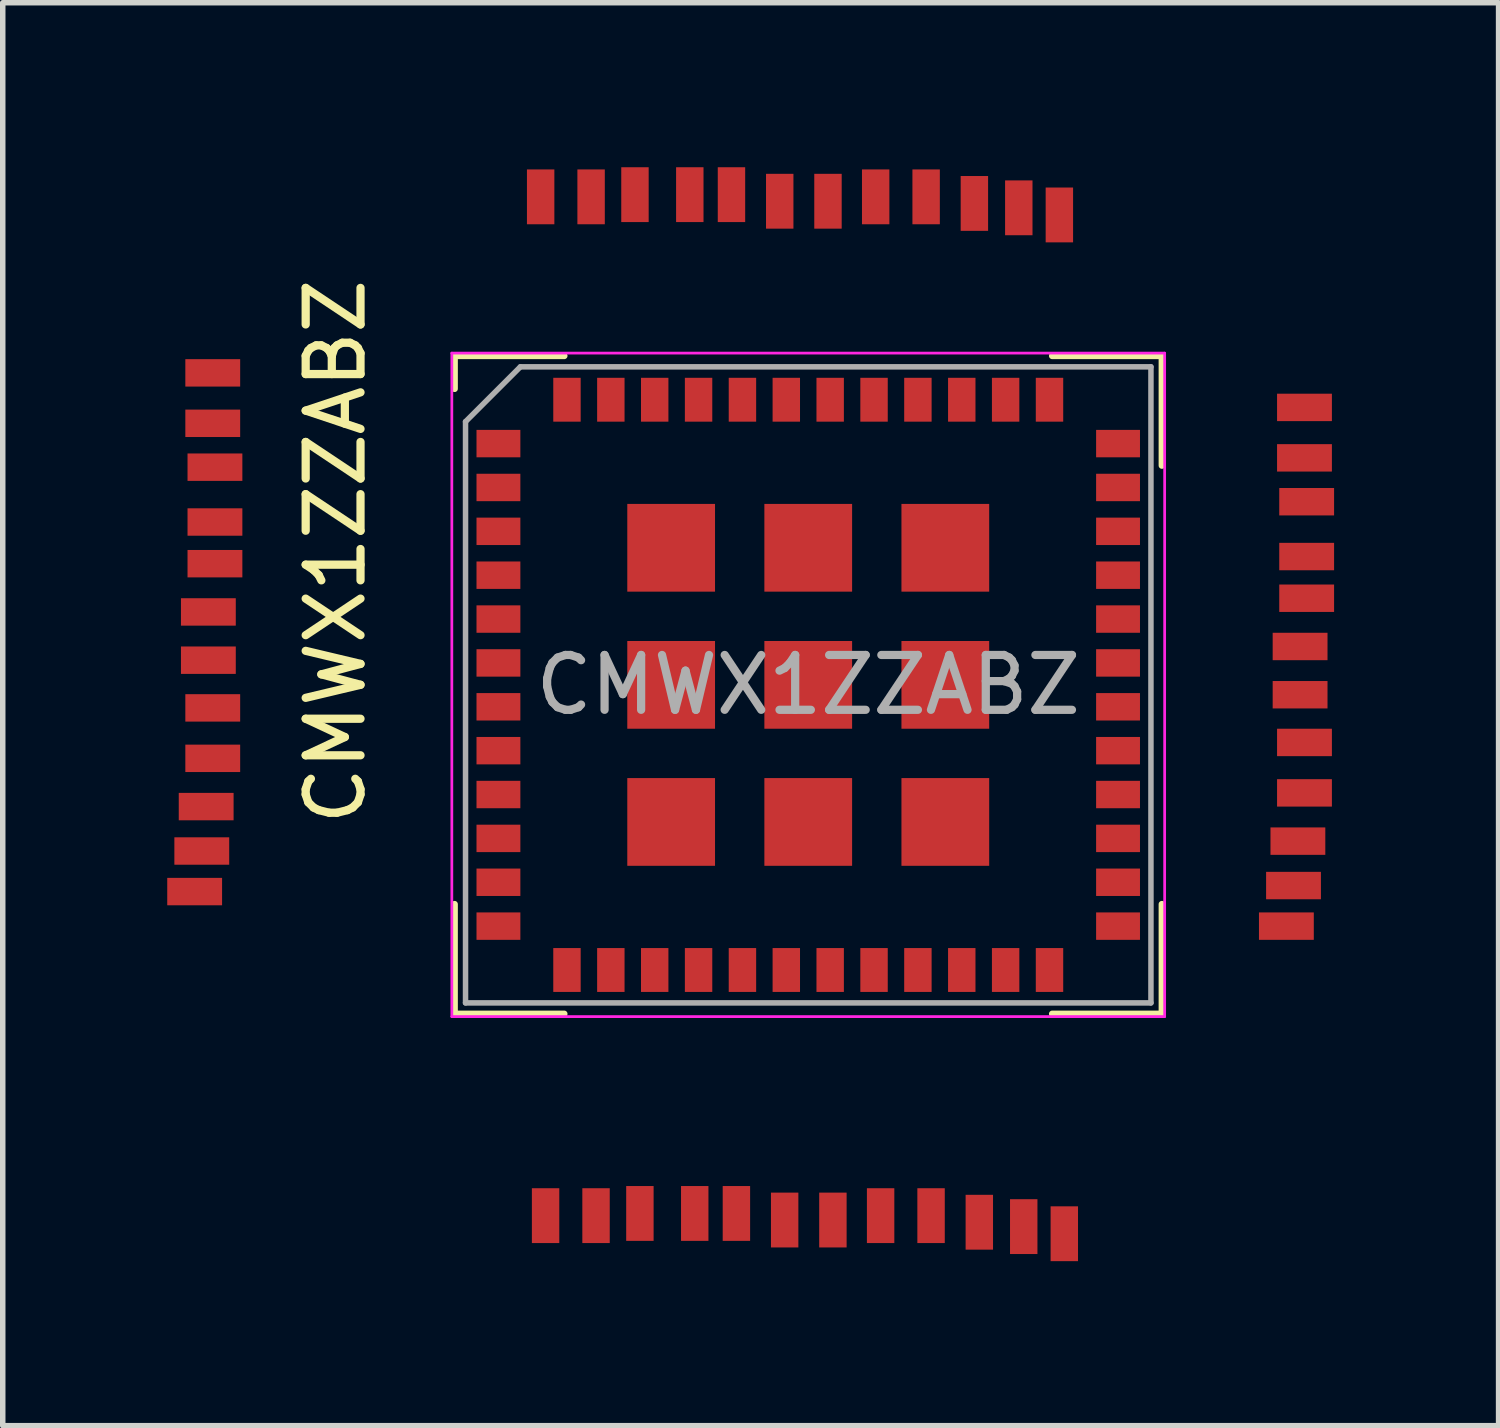
<source format=kicad_pcb>
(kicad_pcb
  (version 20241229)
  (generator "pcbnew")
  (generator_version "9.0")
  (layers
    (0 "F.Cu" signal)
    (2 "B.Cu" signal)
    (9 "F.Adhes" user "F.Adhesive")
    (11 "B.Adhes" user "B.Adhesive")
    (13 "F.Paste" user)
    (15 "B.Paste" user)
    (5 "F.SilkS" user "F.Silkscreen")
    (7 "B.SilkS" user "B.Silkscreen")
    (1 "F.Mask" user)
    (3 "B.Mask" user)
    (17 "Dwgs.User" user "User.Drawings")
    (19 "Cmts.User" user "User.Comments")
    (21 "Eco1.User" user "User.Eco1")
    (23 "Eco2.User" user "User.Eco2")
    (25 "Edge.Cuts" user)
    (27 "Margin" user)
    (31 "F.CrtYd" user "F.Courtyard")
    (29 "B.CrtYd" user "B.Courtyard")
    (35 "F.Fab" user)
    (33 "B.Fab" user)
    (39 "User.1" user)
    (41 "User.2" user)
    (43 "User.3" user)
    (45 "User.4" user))
  (footprint "CMWX1ZZABZ"
    (layer "F.Cu")
    (at 11.69 9.44)
    (property "Reference" "CMWX1ZZABZ" (at -8.62 -2.43 270) (layer "F.SilkS") (effects (font (size 1 1) (thickness 0.15))))
    (attr smd)
    (fp_line (start -6.45 -6) (end -6.45 -5.4) (stroke (width 0.12) (type solid)) (layer "F.SilkS"))
    (fp_line (start -6.45 -6) (end -4.45 -6) (stroke (width 0.12) (type solid)) (layer "F.SilkS"))
    (fp_line (start -6.45 4) (end -6.45 6) (stroke (width 0.12) (type solid)) (layer "F.SilkS"))
    (fp_line (start -6.45 6) (end -4.45 6) (stroke (width 0.12) (type solid)) (layer "F.SilkS"))
    (fp_line (start 4.45 -6) (end 6.45 -6) (stroke (width 0.12) (type solid)) (layer "F.SilkS"))
    (fp_line (start 4.45 6) (end 6.45 6) (stroke (width 0.12) (type solid)) (layer "F.SilkS"))
    (fp_line (start 6.45 -6) (end 6.45 -4) (stroke (width 0.12) (type solid)) (layer "F.SilkS"))
    (fp_line (start 6.45 4) (end 6.45 6) (stroke (width 0.12) (type solid)) (layer "F.SilkS"))
    (fp_line (start -6.5 -6.05) (end 6.5 -6.05) (stroke (width 0.05) (type solid)) (layer "F.CrtYd"))
    (fp_line (start -6.5 6.05) (end -6.5 -6.05) (stroke (width 0.05) (type solid)) (layer "F.CrtYd"))
    (fp_line (start -6.5 6.05) (end 6.5 6.05) (stroke (width 0.05) (type solid)) (layer "F.CrtYd"))
    (fp_line (start 6.5 -6.05) (end 6.5 6.05) (stroke (width 0.05) (type solid)) (layer "F.CrtYd"))
    (fp_line (start -6.25 -4.8) (end -6.25 5.8) (stroke (width 0.1) (type solid)) (layer "F.Fab"))
    (fp_line (start -6.25 5.8) (end 6.25 5.8) (stroke (width 0.1) (type solid)) (layer "F.Fab"))
    (fp_line (start -5.25 -5.8) (end -6.25 -4.8) (stroke (width 0.1) (type solid)) (layer "F.Fab"))
    (fp_line (start -5.25 -5.8) (end 6.25 -5.8) (stroke (width 0.1) (type solid)) (layer "F.Fab"))
    (fp_line (start 6.25 -5.8) (end 6.25 5.8) (stroke (width 0.1) (type solid)) (layer "F.Fab"))
    (fp_text user "${REFERENCE}" (at 0 0 0) (layer "F.Fab") (effects (font (size 1 1) (thickness 0.15))))
    (pad "1" smd rect (at -10.86 -5.69) (size 1 0.5) (layers "F.Cu"))
    (pad "1" smd rect (at -5.65 -4.4) (size 0.8 0.5) (layers "F.Cu" "F.Mask" "F.Paste"))
    (pad "1" smd rect (at -4.88 -8.9 90) (size 1 0.5) (layers "F.Cu"))
    (pad "1" smd rect (at 9.05 -5.06) (size 1 0.5) (layers "F.Cu"))
    (pad "2" smd rect (at -10.86 -4.77) (size 1 0.5) (layers "F.Cu"))
    (pad "2" smd rect (at -5.65 -3.6) (size 0.8 0.5) (layers "F.Cu" "F.Mask" "F.Paste"))
    (pad "2" smd rect (at -3.96 -8.9 90) (size 1 0.5) (layers "F.Cu"))
    (pad "2" smd rect (at 9.05 -4.14) (size 1 0.5) (layers "F.Cu"))
    (pad "3" smd rect (at -10.82 -3.97) (size 1 0.5) (layers "F.Cu"))
    (pad "3" smd rect (at -5.65 -2.8) (size 0.8 0.5) (layers "F.Cu" "F.Mask" "F.Paste"))
    (pad "3" smd rect (at -3.16 -8.94 90) (size 1 0.5) (layers "F.Cu"))
    (pad "3" smd rect (at 9.09 -3.34) (size 1 0.5) (layers "F.Cu"))
    (pad "4" smd rect (at -10.82 -2.97) (size 1 0.5) (layers "F.Cu"))
    (pad "4" smd rect (at -5.65 -2) (size 0.8 0.5) (layers "F.Cu" "F.Mask" "F.Paste"))
    (pad "4" smd rect (at -2.16 -8.94 90) (size 1 0.5) (layers "F.Cu"))
    (pad "4" smd rect (at 9.09 -2.34) (size 1 0.5) (layers "F.Cu"))
    (pad "5" smd rect (at -10.82 -2.21) (size 1 0.5) (layers "F.Cu"))
    (pad "5" smd rect (at -5.65 -1.2) (size 0.8 0.5) (layers "F.Cu" "F.Mask" "F.Paste"))
    (pad "5" smd rect (at -1.4 -8.94 90) (size 1 0.5) (layers "F.Cu"))
    (pad "5" smd rect (at 9.09 -1.58) (size 1 0.5) (layers "F.Cu"))
    (pad "6" smd rect (at -10.94 -1.33) (size 1 0.5) (layers "F.Cu"))
    (pad "6" smd rect (at -5.65 -0.4) (size 0.8 0.5) (layers "F.Cu" "F.Mask" "F.Paste"))
    (pad "6" smd rect (at -0.52 -8.82 90) (size 1 0.5) (layers "F.Cu"))
    (pad "6" smd rect (at 8.97 -0.7) (size 1 0.5) (layers "F.Cu"))
    (pad "7" smd rect (at -10.94 -0.45) (size 1 0.5) (layers "F.Cu"))
    (pad "7" smd rect (at -5.65 0.4) (size 0.8 0.5) (layers "F.Cu" "F.Mask" "F.Paste"))
    (pad "7" smd rect (at 0.36 -8.82 90) (size 1 0.5) (layers "F.Cu"))
    (pad "8" smd rect (at -10.86 0.42) (size 1 0.5) (layers "F.Cu"))
    (pad "8" smd rect (at -5.65 1.2) (size 0.8 0.5) (layers "F.Cu" "F.Mask" "F.Paste"))
    (pad "8" smd rect (at 1.23 -8.9 90) (size 1 0.5) (layers "F.Cu"))
    (pad "9" smd rect (at -10.86 1.34) (size 1 0.5) (layers "F.Cu"))
    (pad "9" smd rect (at -5.65 2) (size 0.8 0.5) (layers "F.Cu" "F.Mask" "F.Paste"))
    (pad "9" smd rect (at 2.15 -8.9 90) (size 1 0.5) (layers "F.Cu"))
    (pad "10" smd rect (at -10.98 2.22) (size 1 0.5) (layers "F.Cu"))
    (pad "10" smd rect (at -5.65 2.8) (size 0.8 0.5) (layers "F.Cu" "F.Mask" "F.Paste"))
    (pad "10" smd rect (at 3.03 -8.78 90) (size 1 0.5) (layers "F.Cu"))
    (pad "11" smd rect (at -11.06 3.03) (size 1 0.5) (layers "F.Cu"))
    (pad "11" smd rect (at -5.65 3.6) (size 0.8 0.5) (layers "F.Cu" "F.Mask" "F.Paste"))
    (pad "11" smd rect (at 3.84 -8.7 90) (size 1 0.5) (layers "F.Cu"))
    (pad "12" smd rect (at -11.19 3.77) (size 1 0.5) (layers "F.Cu"))
    (pad "12" smd rect (at -5.65 4.4) (size 0.8 0.5) (layers "F.Cu" "F.Mask" "F.Paste"))
    (pad "12" smd rect (at 4.58 -8.57 90) (size 1 0.5) (layers "F.Cu"))
    (pad "13" smd rect (at -4.79 9.68 90) (size 1 0.5) (layers "F.Cu"))
    (pad "13" smd rect (at -4.4 5.2 90) (size 0.8 0.5) (layers "F.Cu" "F.Mask" "F.Paste"))
    (pad "14" smd rect (at -3.87 9.68 90) (size 1 0.5) (layers "F.Cu"))
    (pad "14" smd rect (at -3.6 5.2 90) (size 0.8 0.5) (layers "F.Cu" "F.Mask" "F.Paste"))
    (pad "15" smd rect (at -3.07 9.64 90) (size 1 0.5) (layers "F.Cu"))
    (pad "15" smd rect (at -2.8 5.2 90) (size 0.8 0.5) (layers "F.Cu" "F.Mask" "F.Paste"))
    (pad "16" smd rect (at -2.07 9.64 90) (size 1 0.5) (layers "F.Cu"))
    (pad "16" smd rect (at -2 5.2 90) (size 0.8 0.5) (layers "F.Cu" "F.Mask" "F.Paste"))
    (pad "17" smd rect (at -1.31 9.64 90) (size 1 0.5) (layers "F.Cu"))
    (pad "17" smd rect (at -1.2 5.2 90) (size 0.8 0.5) (layers "F.Cu" "F.Mask" "F.Paste"))
    (pad "18" smd rect (at -0.43 9.76 90) (size 1 0.5) (layers "F.Cu"))
    (pad "18" smd rect (at -0.4 5.2 90) (size 0.8 0.5) (layers "F.Cu" "F.Mask" "F.Paste"))
    (pad "19" smd rect (at 0.4 5.2 90) (size 0.8 0.5) (layers "F.Cu" "F.Mask" "F.Paste"))
    (pad "19" smd rect (at 0.45 9.76 90) (size 1 0.5) (layers "F.Cu"))
    (pad "20" smd rect (at 1.2 5.2 270) (size 0.8 0.5) (layers "F.Cu" "F.Mask" "F.Paste"))
    (pad "20" smd rect (at 1.32 9.68 90) (size 1 0.5) (layers "F.Cu"))
    (pad "21" smd rect (at 2 5.2 270) (size 0.8 0.5) (layers "F.Cu" "F.Mask" "F.Paste"))
    (pad "21" smd rect (at 2.24 9.68 90) (size 1 0.5) (layers "F.Cu"))
    (pad "22" smd rect (at 2.8 5.2 270) (size 0.8 0.5) (layers "F.Cu" "F.Mask" "F.Paste"))
    (pad "22" smd rect (at 3.12 9.8 90) (size 1 0.5) (layers "F.Cu"))
    (pad "23" smd rect (at 3.6 5.2 270) (size 0.8 0.5) (layers "F.Cu" "F.Mask" "F.Paste"))
    (pad "23" smd rect (at 3.93 9.88 90) (size 1 0.5) (layers "F.Cu"))
    (pad "24" smd rect (at 4.4 5.2 270) (size 0.8 0.5) (layers "F.Cu" "F.Mask" "F.Paste"))
    (pad "24" smd rect (at 4.67 10.01 90) (size 1 0.5) (layers "F.Cu"))
    (pad "25" smd rect (at 5.65 4.4) (size 0.8 0.5) (layers "F.Cu" "F.Mask" "F.Paste"))
    (pad "25" smd rect (at 8.72 4.4) (size 1 0.5) (layers "F.Cu"))
    (pad "26" smd rect (at 5.65 3.6) (size 0.8 0.5) (layers "F.Cu" "F.Mask" "F.Paste"))
    (pad "26" smd rect (at 8.85 3.66) (size 1 0.5) (layers "F.Cu"))
    (pad "27" smd rect (at 5.65 2.8) (size 0.8 0.5) (layers "F.Cu" "F.Mask" "F.Paste"))
    (pad "27" smd rect (at 8.93 2.85) (size 1 0.5) (layers "F.Cu"))
    (pad "28" smd rect (at 5.65 2) (size 0.8 0.5) (layers "F.Cu" "F.Mask" "F.Paste"))
    (pad "28" smd rect (at 9.05 1.97) (size 1 0.5) (layers "F.Cu"))
    (pad "29" smd rect (at 5.65 1.2) (size 0.8 0.5) (layers "F.Cu" "F.Mask" "F.Paste"))
    (pad "29" smd rect (at 9.05 1.05) (size 1 0.5) (layers "F.Cu"))
    (pad "30" smd rect (at 5.65 0.4) (size 0.8 0.5) (layers "F.Cu" "F.Mask" "F.Paste"))
    (pad "30" smd rect (at 8.97 0.18) (size 1 0.5) (layers "F.Cu"))
    (pad "31" smd rect (at 5.65 -0.4) (size 0.8 0.5) (layers "F.Cu" "F.Mask" "F.Paste"))
    (pad "32" smd rect (at 5.65 -1.2) (size 0.8 0.5) (layers "F.Cu" "F.Mask" "F.Paste"))
    (pad "33" smd rect (at 5.65 -2) (size 0.8 0.5) (layers "F.Cu" "F.Mask" "F.Paste"))
    (pad "34" smd rect (at 5.65 -2.8) (size 0.8 0.5) (layers "F.Cu" "F.Mask" "F.Paste"))
    (pad "35" smd rect (at 5.65 -3.6) (size 0.8 0.5) (layers "F.Cu" "F.Mask" "F.Paste"))
    (pad "36" smd rect (at 5.65 -4.4) (size 0.8 0.5) (layers "F.Cu" "F.Mask" "F.Paste"))
    (pad "37" smd rect (at 4.4 -5.2 90) (size 0.8 0.5) (layers "F.Cu" "F.Mask" "F.Paste"))
    (pad "38" smd rect (at 3.6 -5.2 90) (size 0.8 0.5) (layers "F.Cu" "F.Mask" "F.Paste"))
    (pad "39" smd rect (at 2.8 -5.2 90) (size 0.8 0.5) (layers "F.Cu" "F.Mask" "F.Paste"))
    (pad "40" smd rect (at 2 -5.2 90) (size 0.8 0.5) (layers "F.Cu" "F.Mask" "F.Paste"))
    (pad "41" smd rect (at 1.2 -5.2 90) (size 0.8 0.5) (layers "F.Cu" "F.Mask" "F.Paste"))
    (pad "42" smd rect (at 0.4 -5.2 90) (size 0.8 0.5) (layers "F.Cu" "F.Mask" "F.Paste"))
    (pad "43" smd rect (at -0.4 -5.2 90) (size 0.8 0.5) (layers "F.Cu" "F.Mask" "F.Paste"))
    (pad "44" smd rect (at -1.2 -5.2 90) (size 0.8 0.5) (layers "F.Cu" "F.Mask" "F.Paste"))
    (pad "45" smd rect (at -2 -5.2 90) (size 0.8 0.5) (layers "F.Cu" "F.Mask" "F.Paste"))
    (pad "46" smd rect (at -2.8 -5.2 90) (size 0.8 0.5) (layers "F.Cu" "F.Mask" "F.Paste"))
    (pad "47" smd rect (at -3.6 -5.2 90) (size 0.8 0.5) (layers "F.Cu" "F.Mask" "F.Paste"))
    (pad "48" smd rect (at -4.4 -5.2 90) (size 0.8 0.5) (layers "F.Cu" "F.Mask" "F.Paste"))
    (pad "49" smd rect (at -2.5 -2.5 90) (size 1.6 1.6) (layers "F.Cu" "F.Mask" "F.Paste"))
    (pad "50" smd rect (at 0 -2.5 90) (size 1.6 1.6) (layers "F.Cu" "F.Mask" "F.Paste"))
    (pad "51" smd rect (at 2.5 -2.5 90) (size 1.6 1.6) (layers "F.Cu" "F.Mask" "F.Paste"))
    (pad "52" smd rect (at -2.5 0 90) (size 1.6 1.6) (layers "F.Cu" "F.Mask" "F.Paste"))
    (pad "53" smd rect (at 0 0 90) (size 1.6 1.6) (layers "F.Cu" "F.Mask" "F.Paste"))
    (pad "54" smd rect (at 2.5 0 90) (size 1.6 1.6) (layers "F.Cu" "F.Mask" "F.Paste"))
    (pad "55" smd rect (at -2.5 2.5 90) (size 1.6 1.6) (layers "F.Cu" "F.Mask" "F.Paste"))
    (pad "56" smd rect (at 0 2.5 90) (size 1.6 1.6) (layers "F.Cu" "F.Mask" "F.Paste"))
    (pad "57" smd rect (at 2.5 2.5 90) (size 1.6 1.6) (layers "F.Cu" "F.Mask" "F.Paste")))
  (gr_rect
    (start -3 -3)
    (end 24.28 22.95)
    (stroke (width 0.1) (type default))
    (fill no)
    (layer "Edge.Cuts")))
</source>
